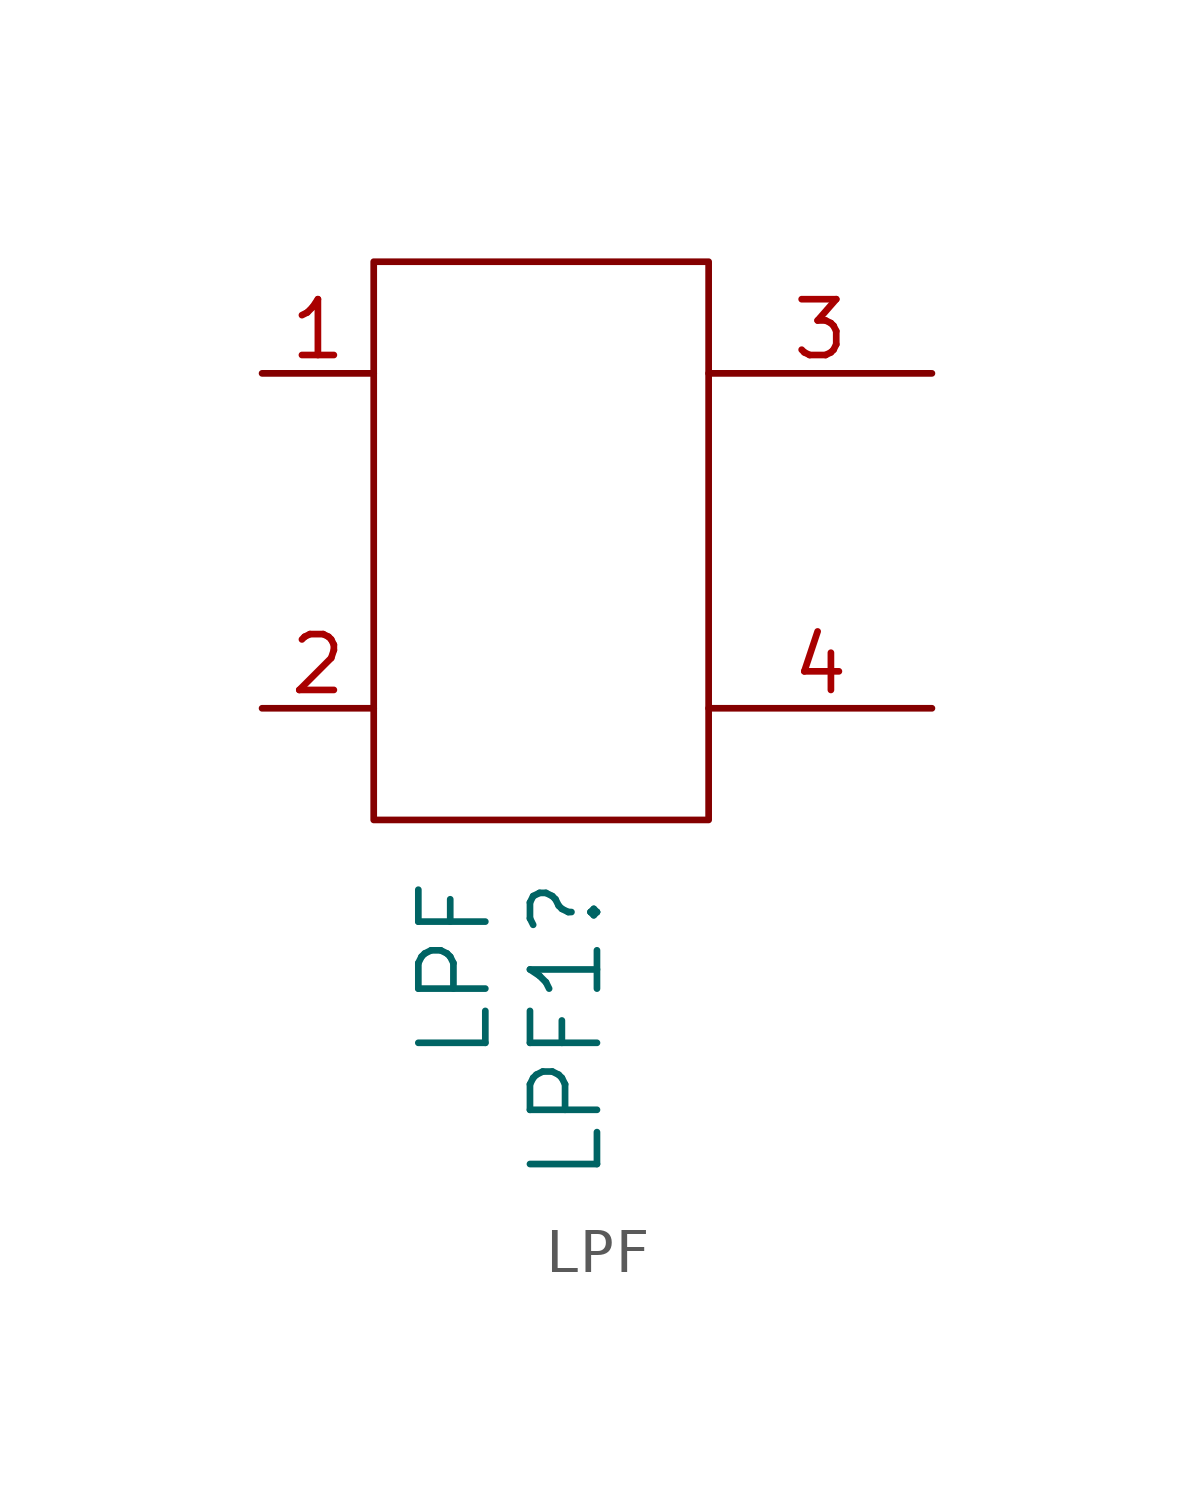
<source format=kicad_sym>
(kicad_symbol_lib
  (version 20220914)
  (generator kicad_symbol_editor)
  (symbol "LPF"
    (pin_names
      (offset 1.016))
    (property "Reference" "LPF1"
      (at 0.572 -6.35 90)
      (effects (font (size 1.524 1.524)) (justify right)))
    (property "Value" "LPF"
      (at -1.968 -6.35 90)
      (effects (font (size 1.524 1.524)) (justify right)))
    (symbol "LPF_0_1"
      (rectangle (start -3.81 7.62) (end 3.81 -5.08) (stroke (width 0) (type default)) (fill (type none))))
    (symbol "LPF_1_1"
      (pin input line (at -6.35 5.08 0) (length 2.54) (name "" (effects (font (size 1.27 1.27)))) (number "1" (effects (font (size 1.27 1.27)))))
      (pin power_in line (at -6.35 -2.54 0) (length 2.54) (name "" (effects (font (size 1.27 1.27)))) (number "2" (effects (font (size 1.27 1.27)))))
      (pin output line (at 8.89 5.08 180) (length 5.08) (name "" (effects (font (size 1.27 1.27)))) (number "3" (effects (font (size 1.27 1.27)))))
      (pin power_in line (at 8.89 -2.54 180) (length 5.08) (name "" (effects (font (size 1.27 1.27)))) (number "4" (effects (font (size 1.27 1.27))))))))
</source>
